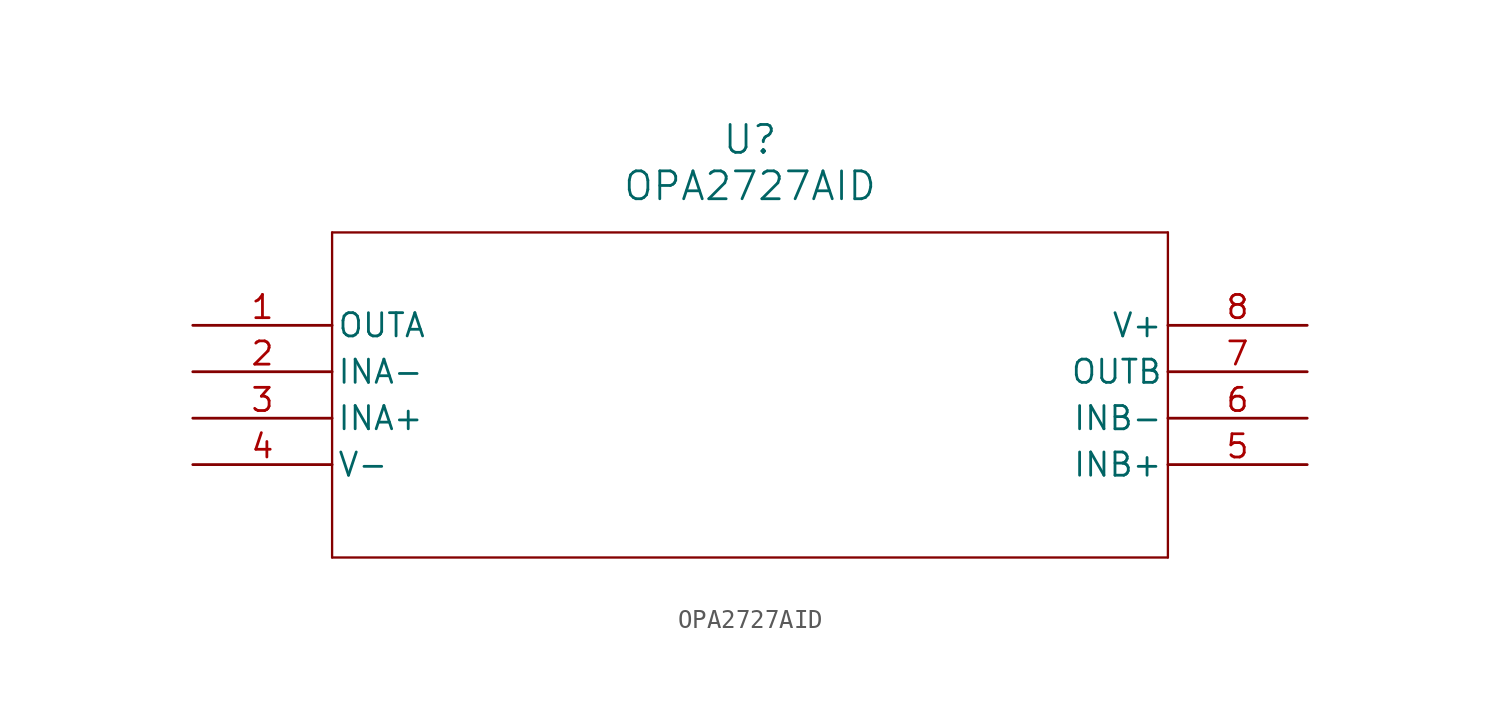
<source format=kicad_sym>
(kicad_symbol_lib
  (version 20231120)
  (generator "kicad_symbol_editor")
  (generator_version "8.99")
  (symbol "OPA2727AID"
    (pin_names
      (offset 0.254))
    (property "Reference" "U"
      (at 30.48 10.16 0)
      (effects (font (size 1.524 1.524))))
    (property "Value" "OPA2727AID"
      (at 30.48 7.62 0)
      (effects (font (size 1.524 1.524))))
    (property "ki_locked" ""
      (at 0 0 0)
      (effects (font (size 1.27 1.27))))
    (symbol "OPA2727AID_0_1"
      (polyline (pts (xy 7.62 -12.7) (xy 53.34 -12.7)) (stroke (width 0.127) (type default)) (fill (type none)))
      (polyline (pts (xy 7.62 5.08) (xy 7.62 -12.7)) (stroke (width 0.127) (type default)) (fill (type none)))
      (polyline (pts (xy 53.34 -12.7) (xy 53.34 5.08)) (stroke (width 0.127) (type default)) (fill (type none)))
      (polyline (pts (xy 53.34 5.08) (xy 7.62 5.08)) (stroke (width 0.127) (type default)) (fill (type none)))
      (pin output line (at 0 0 0) (length 7.62) (name "OUTA" (effects (font (size 1.27 1.27)))) (number "1" (effects (font (size 1.27 1.27)))))
      (pin input line (at 0 -2.54 0) (length 7.62) (name "INA-" (effects (font (size 1.27 1.27)))) (number "2" (effects (font (size 1.27 1.27)))))
      (pin input line (at 0 -5.08 0) (length 7.62) (name "INA+" (effects (font (size 1.27 1.27)))) (number "3" (effects (font (size 1.27 1.27)))))
      (pin power_in line (at 0 -7.62 0) (length 7.62) (name "V-" (effects (font (size 1.27 1.27)))) (number "4" (effects (font (size 1.27 1.27)))))
      (pin input line (at 60.96 -7.62 180) (length 7.62) (name "INB+" (effects (font (size 1.27 1.27)))) (number "5" (effects (font (size 1.27 1.27)))))
      (pin input line (at 60.96 -5.08 180) (length 7.62) (name "INB-" (effects (font (size 1.27 1.27)))) (number "6" (effects (font (size 1.27 1.27)))))
      (pin output line (at 60.96 -2.54 180) (length 7.62) (name "OUTB" (effects (font (size 1.27 1.27)))) (number "7" (effects (font (size 1.27 1.27)))))
      (pin power_in line (at 60.96 0 180) (length 7.62) (name "V+" (effects (font (size 1.27 1.27)))) (number "8" (effects (font (size 1.27 1.27))))))))
</source>
